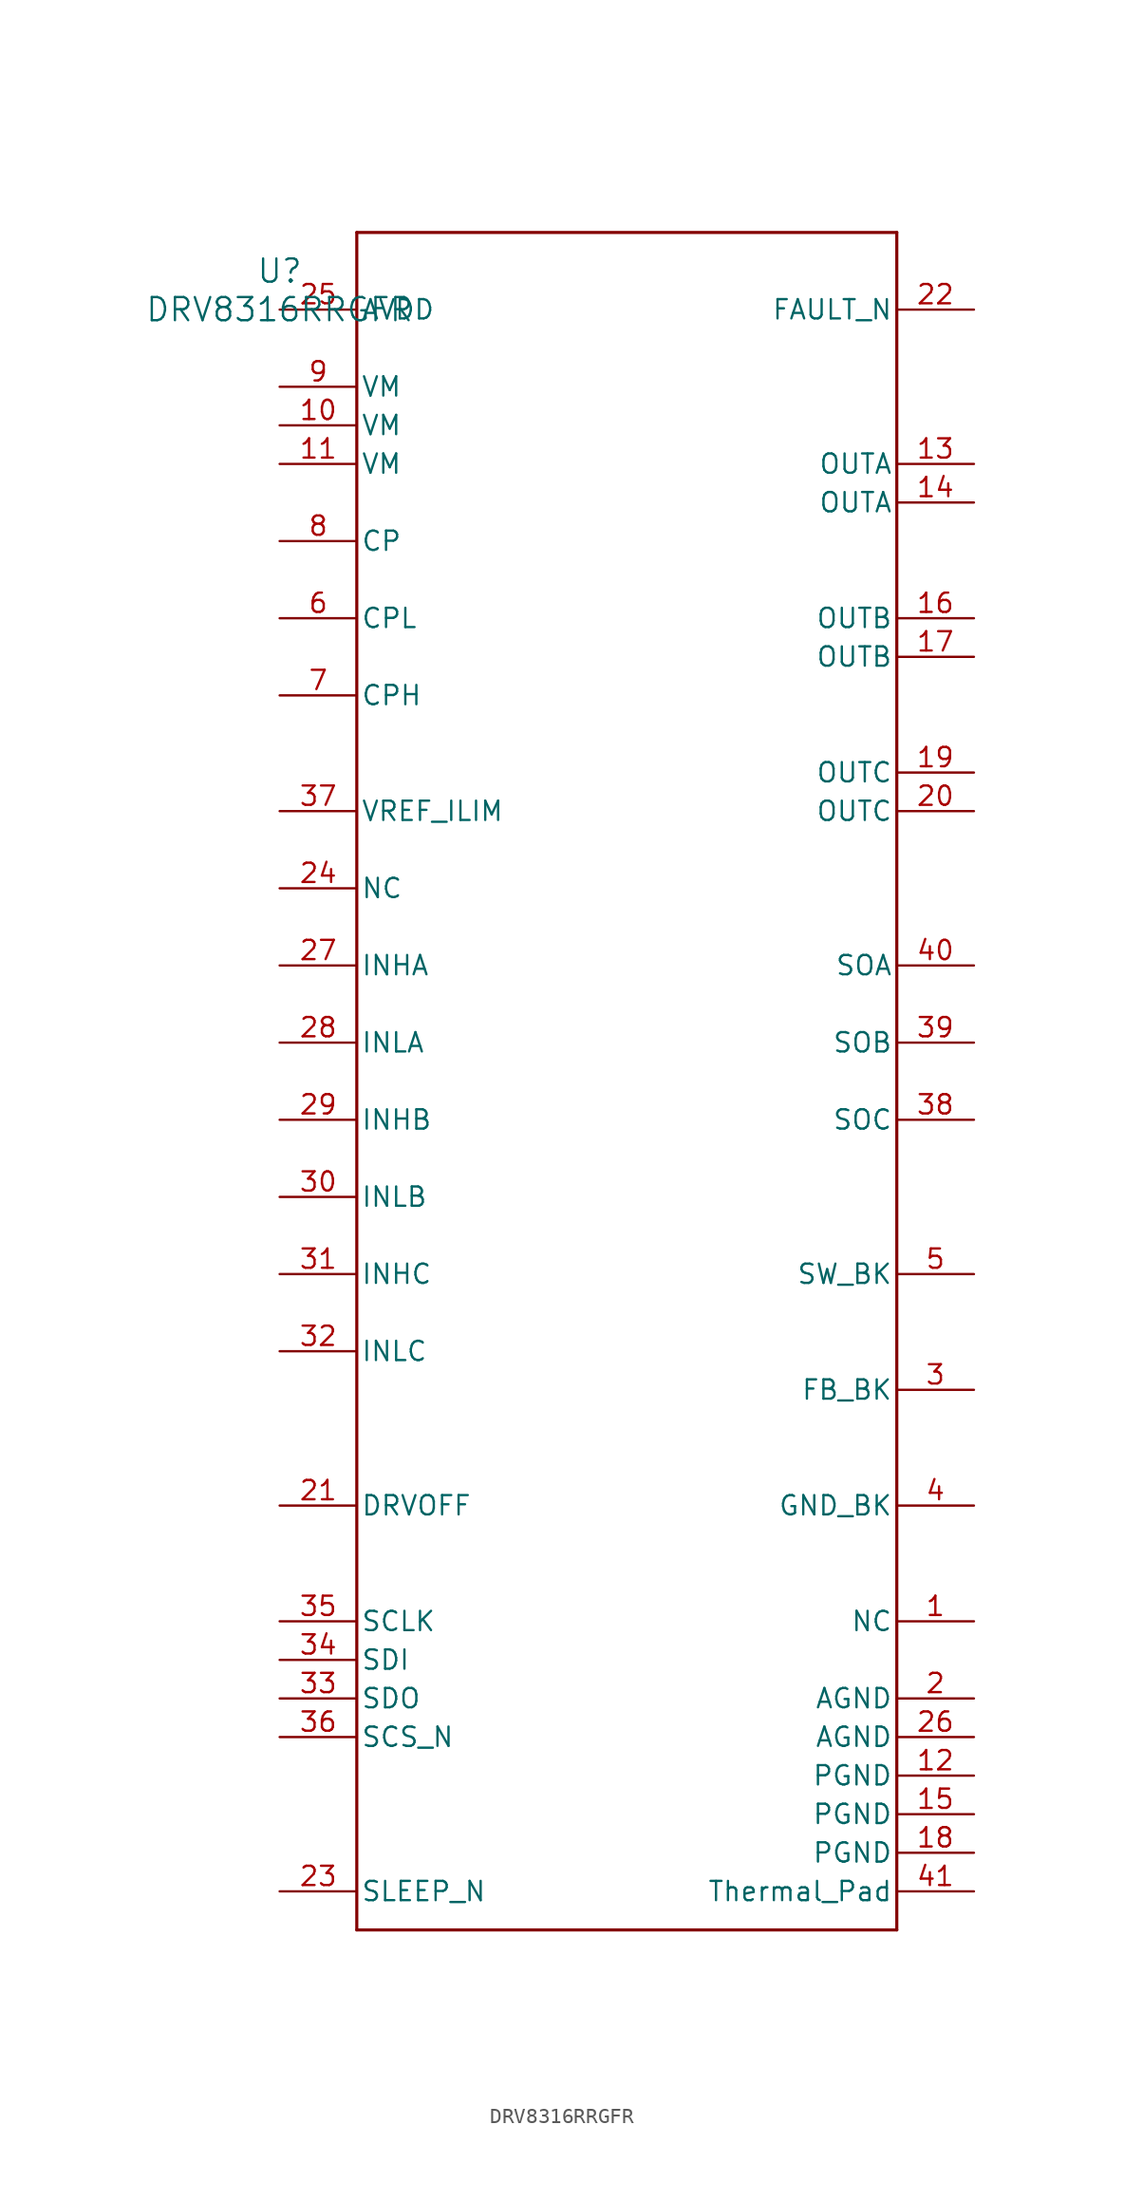
<source format=kicad_sym>
(kicad_symbol_lib
  (version 20231120)
  (generator "kicad_symbol_editor")
  (generator_version "8.0")
  (symbol "DRV8316RRGFR"
    (pin_names
      (offset 0.254))
    (property "Reference" "U"
      (at 0 2.54 0)
      (effects (font (size 1.524 1.524))))
    (property "Value" "DRV8316RRGFR"
      (at 0 0 0)
      (effects (font (size 1.524 1.524))))
    (property "ki_locked" ""
      (at 0 0 0)
      (effects (font (size 1.27 1.27))))
    (symbol "DRV8316RRGFR_0_1"
      (polyline (pts (xy 5.08 -106.68) (xy 40.64 -106.68)) (stroke (width 0.203) (type default)) (fill (type none)))
      (polyline (pts (xy 5.08 5.08) (xy 5.08 -106.68)) (stroke (width 0.203) (type default)) (fill (type none)))
      (polyline (pts (xy 40.64 -106.68) (xy 40.64 5.08)) (stroke (width 0.203) (type default)) (fill (type none)))
      (polyline (pts (xy 40.64 5.08) (xy 5.08 5.08)) (stroke (width 0.203) (type default)) (fill (type none)))
      (pin unspecified line (at 45.72 -86.36 180) (length 5.08) (name "NC" (effects (font (size 1.27 1.27)))) (number "1" (effects (font (size 1.27 1.27)))))
      (pin power_in line (at 0 -7.62 0) (length 5.08) (name "VM" (effects (font (size 1.27 1.27)))) (number "10" (effects (font (size 1.27 1.27)))))
      (pin power_in line (at 0 -10.16 0) (length 5.08) (name "VM" (effects (font (size 1.27 1.27)))) (number "11" (effects (font (size 1.27 1.27)))))
      (pin power_in line (at 45.72 -96.52 180) (length 5.08) (name "PGND" (effects (font (size 1.27 1.27)))) (number "12" (effects (font (size 1.27 1.27)))))
      (pin unspecified line (at 45.72 -10.16 180) (length 5.08) (name "OUTA" (effects (font (size 1.27 1.27)))) (number "13" (effects (font (size 1.27 1.27)))))
      (pin unspecified line (at 45.72 -12.7 180) (length 5.08) (name "OUTA" (effects (font (size 1.27 1.27)))) (number "14" (effects (font (size 1.27 1.27)))))
      (pin power_in line (at 45.72 -99.06 180) (length 5.08) (name "PGND" (effects (font (size 1.27 1.27)))) (number "15" (effects (font (size 1.27 1.27)))))
      (pin unspecified line (at 45.72 -20.32 180) (length 5.08) (name "OUTB" (effects (font (size 1.27 1.27)))) (number "16" (effects (font (size 1.27 1.27)))))
      (pin unspecified line (at 45.72 -22.86 180) (length 5.08) (name "OUTB" (effects (font (size 1.27 1.27)))) (number "17" (effects (font (size 1.27 1.27)))))
      (pin power_in line (at 45.72 -101.6 180) (length 5.08) (name "PGND" (effects (font (size 1.27 1.27)))) (number "18" (effects (font (size 1.27 1.27)))))
      (pin unspecified line (at 45.72 -30.48 180) (length 5.08) (name "OUTC" (effects (font (size 1.27 1.27)))) (number "19" (effects (font (size 1.27 1.27)))))
      (pin power_in line (at 45.72 -91.44 180) (length 5.08) (name "AGND" (effects (font (size 1.27 1.27)))) (number "2" (effects (font (size 1.27 1.27)))))
      (pin unspecified line (at 45.72 -33.02 180) (length 5.08) (name "OUTC" (effects (font (size 1.27 1.27)))) (number "20" (effects (font (size 1.27 1.27)))))
      (pin input line (at 0 -78.74 0) (length 5.08) (name "DRVOFF" (effects (font (size 1.27 1.27)))) (number "21" (effects (font (size 1.27 1.27)))))
      (pin open_collector line (at 45.72 0 180) (length 5.08) (name "FAULT_N" (effects (font (size 1.27 1.27)))) (number "22" (effects (font (size 1.27 1.27)))))
      (pin input line (at 0 -104.14 0) (length 5.08) (name "SLEEP_N" (effects (font (size 1.27 1.27)))) (number "23" (effects (font (size 1.27 1.27)))))
      (pin unspecified line (at 0 -38.1 0) (length 5.08) (name "NC" (effects (font (size 1.27 1.27)))) (number "24" (effects (font (size 1.27 1.27)))))
      (pin power_in line (at 0 0 0) (length 5.08) (name "AVDD" (effects (font (size 1.27 1.27)))) (number "25" (effects (font (size 1.27 1.27)))))
      (pin power_in line (at 45.72 -93.98 180) (length 5.08) (name "AGND" (effects (font (size 1.27 1.27)))) (number "26" (effects (font (size 1.27 1.27)))))
      (pin input line (at 0 -43.18 0) (length 5.08) (name "INHA" (effects (font (size 1.27 1.27)))) (number "27" (effects (font (size 1.27 1.27)))))
      (pin input line (at 0 -48.26 0) (length 5.08) (name "INLA" (effects (font (size 1.27 1.27)))) (number "28" (effects (font (size 1.27 1.27)))))
      (pin input line (at 0 -53.34 0) (length 5.08) (name "INHB" (effects (font (size 1.27 1.27)))) (number "29" (effects (font (size 1.27 1.27)))))
      (pin unspecified line (at 45.72 -71.12 180) (length 5.08) (name "FB_BK" (effects (font (size 1.27 1.27)))) (number "3" (effects (font (size 1.27 1.27)))))
      (pin input line (at 0 -58.42 0) (length 5.08) (name "INLB" (effects (font (size 1.27 1.27)))) (number "30" (effects (font (size 1.27 1.27)))))
      (pin input line (at 0 -63.5 0) (length 5.08) (name "INHC" (effects (font (size 1.27 1.27)))) (number "31" (effects (font (size 1.27 1.27)))))
      (pin input line (at 0 -68.58 0) (length 5.08) (name "INLC" (effects (font (size 1.27 1.27)))) (number "32" (effects (font (size 1.27 1.27)))))
      (pin output line (at 0 -91.44 0) (length 5.08) (name "SDO" (effects (font (size 1.27 1.27)))) (number "33" (effects (font (size 1.27 1.27)))))
      (pin input line (at 0 -88.9 0) (length 5.08) (name "SDI" (effects (font (size 1.27 1.27)))) (number "34" (effects (font (size 1.27 1.27)))))
      (pin input line (at 0 -86.36 0) (length 5.08) (name "SCLK" (effects (font (size 1.27 1.27)))) (number "35" (effects (font (size 1.27 1.27)))))
      (pin input line (at 0 -93.98 0) (length 5.08) (name "SCS_N" (effects (font (size 1.27 1.27)))) (number "36" (effects (font (size 1.27 1.27)))))
      (pin unspecified line (at 0 -33.02 0) (length 5.08) (name "VREF_ILIM" (effects (font (size 1.27 1.27)))) (number "37" (effects (font (size 1.27 1.27)))))
      (pin unspecified line (at 45.72 -53.34 180) (length 5.08) (name "SOC" (effects (font (size 1.27 1.27)))) (number "38" (effects (font (size 1.27 1.27)))))
      (pin unspecified line (at 45.72 -48.26 180) (length 5.08) (name "SOB" (effects (font (size 1.27 1.27)))) (number "39" (effects (font (size 1.27 1.27)))))
      (pin power_in line (at 45.72 -78.74 180) (length 5.08) (name "GND_BK" (effects (font (size 1.27 1.27)))) (number "4" (effects (font (size 1.27 1.27)))))
      (pin unspecified line (at 45.72 -43.18 180) (length 5.08) (name "SOA" (effects (font (size 1.27 1.27)))) (number "40" (effects (font (size 1.27 1.27)))))
      (pin power_in line (at 45.72 -104.14 180) (length 5.08) (name "Thermal_Pad" (effects (font (size 1.27 1.27)))) (number "41" (effects (font (size 1.27 1.27)))))
      (pin unspecified line (at 45.72 -63.5 180) (length 5.08) (name "SW_BK" (effects (font (size 1.27 1.27)))) (number "5" (effects (font (size 1.27 1.27)))))
      (pin unspecified line (at 0 -20.32 0) (length 5.08) (name "CPL" (effects (font (size 1.27 1.27)))) (number "6" (effects (font (size 1.27 1.27)))))
      (pin unspecified line (at 0 -25.4 0) (length 5.08) (name "CPH" (effects (font (size 1.27 1.27)))) (number "7" (effects (font (size 1.27 1.27)))))
      (pin unspecified line (at 0 -15.24 0) (length 5.08) (name "CP" (effects (font (size 1.27 1.27)))) (number "8" (effects (font (size 1.27 1.27)))))
      (pin power_in line (at 0 -5.08 0) (length 5.08) (name "VM" (effects (font (size 1.27 1.27)))) (number "9" (effects (font (size 1.27 1.27))))))))
</source>
